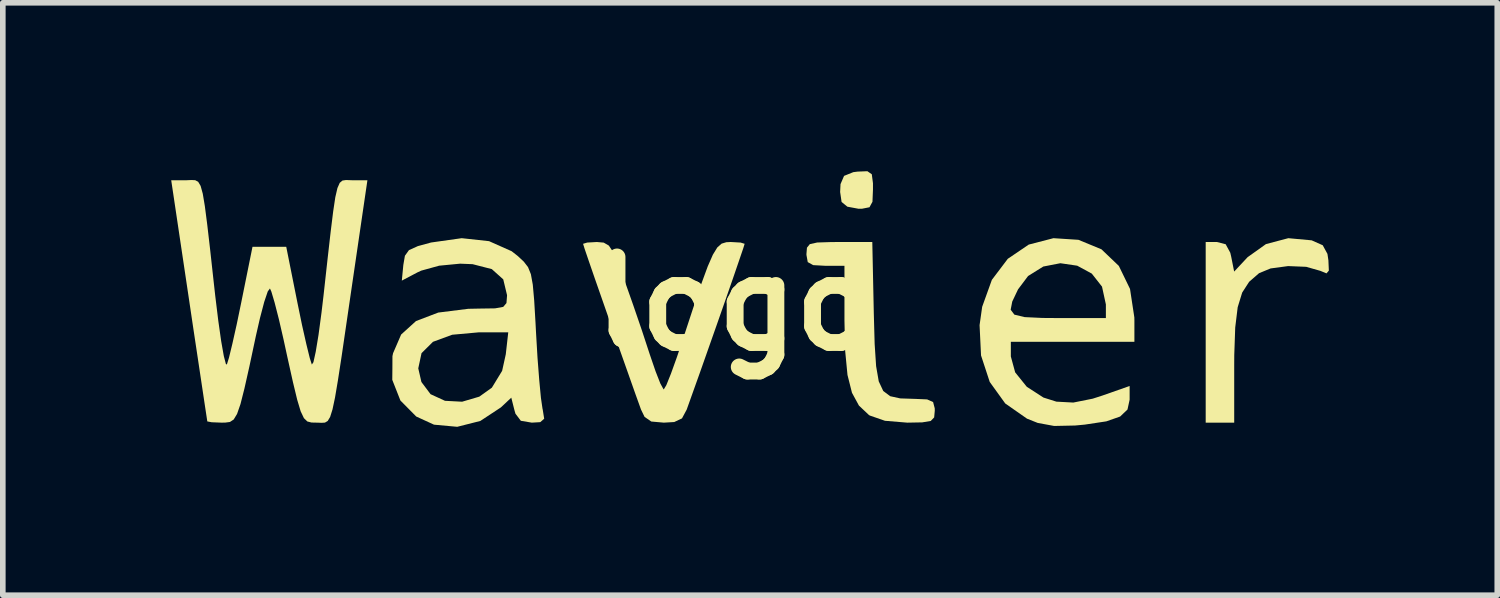
<source format=kicad_pcb>
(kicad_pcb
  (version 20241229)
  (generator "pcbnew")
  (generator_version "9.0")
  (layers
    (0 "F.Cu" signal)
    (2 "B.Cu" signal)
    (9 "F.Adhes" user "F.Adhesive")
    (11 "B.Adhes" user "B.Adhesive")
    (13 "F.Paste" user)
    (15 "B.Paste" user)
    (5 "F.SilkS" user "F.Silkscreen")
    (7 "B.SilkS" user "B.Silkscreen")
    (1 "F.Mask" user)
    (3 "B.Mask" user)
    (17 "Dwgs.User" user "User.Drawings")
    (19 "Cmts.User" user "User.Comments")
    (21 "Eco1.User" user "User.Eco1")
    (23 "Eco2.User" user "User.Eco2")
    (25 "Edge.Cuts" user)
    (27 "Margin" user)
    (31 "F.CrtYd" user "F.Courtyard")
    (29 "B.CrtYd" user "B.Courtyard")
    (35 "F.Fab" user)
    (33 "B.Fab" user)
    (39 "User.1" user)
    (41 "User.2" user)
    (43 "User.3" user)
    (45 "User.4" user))
  (footprint "logo"
    (layer "F.Cu")
    (at 10.046 2.362)
    (property "Reference" "logo" (at 0 0 0) (layer "F.SilkS") (effects (font (size 1.524 1.524) (thickness 0.3))))
    (attr board_only exclude_from_pos_files exclude_from_bom)
    (fp_poly (pts (xy 2.434 -2.308) (xy 2.455 -2.148) (xy 2.455 -2.037) (xy 2.446 -1.818) (xy 2.393 -1.72) (xy 2.261 -1.694) (xy 2.199 -1.693) (xy 1.999 -1.73) (xy 1.896 -1.814) (xy 1.87 -1.992) (xy 1.877 -2.132) (xy 1.94 -2.279) (xy 2.104 -2.345) (xy 2.18 -2.355) (xy 2.355 -2.362)) (stroke (width 0) (type solid)) (fill yes) (layer "F.SilkS"))
    (fp_poly (pts (xy 10.268 -1.131) (xy 10.272 -1.13) (xy 10.467 -1.043) (xy 10.551 -0.889) (xy 10.568 -0.774) (xy 10.576 -0.591) (xy 10.534 -0.542) (xy 10.425 -0.587) (xy 10.172 -0.659) (xy 9.85 -0.672) (xy 9.538 -0.63) (xy 9.332 -0.545) (xy 9.156 -0.392) (xy 9.032 -0.2) (xy 8.952 0.061) (xy 8.908 0.422) (xy 8.891 0.913) (xy 8.89 1.096) (xy 8.89 2.117) (xy 8.382 2.117) (xy 8.382 -1.101) (xy 8.583 -1.101) (xy 8.738 -1.061) (xy 8.82 -0.91) (xy 8.837 -0.837) (xy 8.889 -0.574) (xy 9.129 -0.831) (xy 9.456 -1.064) (xy 9.854 -1.169)) (stroke (width 0) (type solid)) (fill yes) (layer "F.SilkS"))
    (fp_poly (pts (xy 2.47 0.176) (xy 2.485 0.717) (xy 2.511 1.111) (xy 2.558 1.382) (xy 2.638 1.553) (xy 2.762 1.646) (xy 2.94 1.685) (xy 3.183 1.693) (xy 3.191 1.693) (xy 3.42 1.703) (xy 3.526 1.75) (xy 3.555 1.861) (xy 3.556 1.905) (xy 3.545 2.024) (xy 3.484 2.087) (xy 3.333 2.112) (xy 3.067 2.117) (xy 2.669 2.084) (xy 2.398 1.99) (xy 2.381 1.979) (xy 2.205 1.813) (xy 2.081 1.585) (xy 2.001 1.267) (xy 1.959 0.832) (xy 1.947 0.299) (xy 1.947 -0.677) (xy 1.609 -0.677) (xy 1.39 -0.689) (xy 1.293 -0.743) (xy 1.27 -0.871) (xy 1.27 -0.889) (xy 1.279 -1) (xy 1.33 -1.063) (xy 1.461 -1.092) (xy 1.708 -1.1) (xy 1.857 -1.101) (xy 2.443 -1.101)) (stroke (width 0) (type solid)) (fill yes) (layer "F.SilkS"))
    (fp_poly (pts (xy 6.115 -1.14) (xy 6.525 -0.971) (xy 6.835 -0.675) (xy 7.034 -0.265) (xy 7.111 0.242) (xy 7.112 0.298) (xy 7.112 0.677) (xy 4.911 0.677) (xy 4.911 0.938) (xy 4.988 1.221) (xy 5.195 1.478) (xy 5.492 1.67) (xy 5.723 1.743) (xy 6.024 1.759) (xy 6.369 1.69) (xy 6.54 1.635) (xy 7.027 1.464) (xy 7.027 1.708) (xy 6.989 1.883) (xy 6.858 2.008) (xy 6.612 2.094) (xy 6.228 2.152) (xy 6.056 2.168) (xy 5.683 2.176) (xy 5.39 2.122) (xy 5.199 2.046) (xy 4.811 1.775) (xy 4.535 1.392) (xy 4.38 0.92) (xy 4.354 0.38) (xy 4.393 0.105) (xy 4.908 0.105) (xy 4.974 0.193) (xy 5.157 0.237) (xy 5.475 0.252) (xy 5.757 0.254) (xy 6.604 0.254) (xy 6.604 0.011) (xy 6.535 -0.306) (xy 6.353 -0.538) (xy 6.093 -0.679) (xy 5.793 -0.723) (xy 5.489 -0.664) (xy 5.218 -0.495) (xy 5.039 -0.257) (xy 4.936 -0.04) (xy 4.908 0.105) (xy 4.393 0.105) (xy 4.4 0.054) (xy 4.573 -0.427) (xy 4.857 -0.802) (xy 5.23 -1.055) (xy 5.67 -1.169)) (stroke (width 0) (type solid)) (fill yes) (layer "F.SilkS"))
    (fp_poly (pts (xy 0.097 -1.091) (xy 0.169 -1.069) (xy 0.143 -0.985) (xy 0.07 -0.771) (xy -0.038 -0.456) (xy -0.172 -0.071) (xy -0.321 0.355) (xy -0.475 0.792) (xy -0.623 1.212) (xy -0.756 1.584) (xy -0.861 1.878) (xy -0.863 1.884) (xy -0.947 2.041) (xy -1.085 2.106) (xy -1.27 2.117) (xy -1.494 2.097) (xy -1.614 2.014) (xy -1.677 1.884) (xy -1.782 1.592) (xy -1.913 1.221) (xy -2.061 0.803) (xy -2.215 0.365) (xy -2.364 -0.062) (xy -2.499 -0.448) (xy -2.608 -0.764) (xy -2.682 -0.981) (xy -2.709 -1.068) (xy -2.709 -1.069) (xy -2.636 -1.091) (xy -2.463 -1.101) (xy -2.341 -1.09) (xy -2.25 -1.037) (xy -2.166 -0.911) (xy -2.068 -0.681) (xy -1.966 -0.402) (xy -1.817 0.02) (xy -1.66 0.478) (xy -1.528 0.88) (xy -1.518 0.91) (xy -1.418 1.202) (xy -1.333 1.419) (xy -1.277 1.521) (xy -1.271 1.524) (xy -1.226 1.449) (xy -1.144 1.245) (xy -1.036 0.945) (xy -0.939 0.656) (xy -0.75 0.081) (xy -0.604 -0.352) (xy -0.489 -0.665) (xy -0.397 -0.875) (xy -0.318 -1.004) (xy -0.241 -1.072) (xy -0.158 -1.097) (xy -0.079 -1.101)) (stroke (width 0) (type solid)) (fill yes) (layer "F.SilkS"))
    (fp_poly (pts (xy -4.384 -1.116) (xy -3.982 -0.937) (xy -3.872 -0.851) (xy -3.765 -0.751) (xy -3.69 -0.654) (xy -3.639 -0.528) (xy -3.605 -0.341) (xy -3.58 -0.06) (xy -3.556 0.347) (xy -3.547 0.518) (xy -3.521 0.96) (xy -3.49 1.359) (xy -3.46 1.675) (xy -3.432 1.868) (xy -3.428 1.884) (xy -3.402 2.047) (xy -3.471 2.108) (xy -3.622 2.117) (xy -3.818 2.084) (xy -3.914 1.957) (xy -3.932 1.894) (xy -3.988 1.672) (xy -4.174 1.846) (xy -4.54 2.087) (xy -4.951 2.191) (xy -5.365 2.153) (xy -5.681 2.008) (xy -5.963 1.723) (xy -6.108 1.355) (xy -6.106 1.15) (xy -5.645 1.15) (xy -5.589 1.393) (xy -5.426 1.61) (xy -5.169 1.728) (xy -4.864 1.744) (xy -4.558 1.654) (xy -4.334 1.494) (xy -4.151 1.194) (xy -4.086 0.899) (xy -4.042 0.508) (xy -4.565 0.508) (xy -5.04 0.551) (xy -5.383 0.677) (xy -5.587 0.879) (xy -5.645 1.15) (xy -6.106 1.15) (xy -6.105 0.933) (xy -6.094 0.88) (xy -5.95 0.547) (xy -5.685 0.307) (xy -5.289 0.156) (xy -4.755 0.089) (xy -4.551 0.085) (xy -4.277 0.081) (xy -4.132 0.055) (xy -4.074 -0.013) (xy -4.064 -0.142) (xy -4.064 -0.156) (xy -4.131 -0.435) (xy -4.335 -0.618) (xy -4.677 -0.706) (xy -4.899 -0.715) (xy -5.273 -0.679) (xy -5.592 -0.591) (xy -5.657 -0.561) (xy -5.938 -0.413) (xy -5.911 -0.693) (xy -5.883 -0.856) (xy -5.811 -0.956) (xy -5.652 -1.028) (xy -5.417 -1.092) (xy -4.871 -1.169)) (stroke (width 0) (type solid)) (fill yes) (layer "F.SilkS"))
    (fp_poly (pts (xy -6.852 -2.202) (xy -6.82 -2.201) (xy -6.551 -2.201) (xy -6.827 -0.318) (xy -6.93 0.386) (xy -7.011 0.94) (xy -7.076 1.362) (xy -7.128 1.67) (xy -7.173 1.882) (xy -7.215 2.015) (xy -7.258 2.087) (xy -7.307 2.116) (xy -7.366 2.12) (xy -7.441 2.117) (xy -7.451 2.117) (xy -7.547 2.115) (xy -7.621 2.096) (xy -7.682 2.037) (xy -7.74 1.915) (xy -7.802 1.708) (xy -7.878 1.393) (xy -7.977 0.948) (xy -8.045 0.635) (xy -8.128 0.275) (xy -8.204 -0.022) (xy -8.262 -0.217) (xy -8.287 -0.273) (xy -8.326 -0.221) (xy -8.389 -0.034) (xy -8.466 0.259) (xy -8.538 0.574) (xy -8.653 1.114) (xy -8.742 1.51) (xy -8.812 1.786) (xy -8.873 1.962) (xy -8.933 2.061) (xy -9 2.105) (xy -9.084 2.116) (xy -9.147 2.117) (xy -9.326 2.11) (xy -9.403 2.095) (xy -9.416 2.01) (xy -9.451 1.779) (xy -9.504 1.425) (xy -9.572 0.972) (xy -9.652 0.441) (xy -9.727 -0.064) (xy -10.046 -2.201) (xy -9.776 -2.201) (xy -9.688 -2.205) (xy -9.619 -2.202) (xy -9.566 -2.174) (xy -9.522 -2.1) (xy -9.484 -1.962) (xy -9.447 -1.741) (xy -9.405 -1.416) (xy -9.353 -0.968) (xy -9.288 -0.378) (xy -9.262 -0.145) (xy -9.208 0.298) (xy -9.156 0.665) (xy -9.109 0.931) (xy -9.072 1.072) (xy -9.055 1.082) (xy -9.017 0.96) (xy -8.956 0.709) (xy -8.879 0.365) (xy -8.799 -0.021) (xy -8.598 -1.016) (xy -7.997 -1.016) (xy -7.798 -0.021) (xy -7.716 0.377) (xy -7.639 0.718) (xy -7.578 0.966) (xy -7.541 1.082) (xy -7.513 1.041) (xy -7.472 0.856) (xy -7.422 0.554) (xy -7.369 0.158) (xy -7.333 -0.145) (xy -7.262 -0.787) (xy -7.206 -1.28) (xy -7.161 -1.644) (xy -7.123 -1.898) (xy -7.085 -2.062) (xy -7.044 -2.155) (xy -6.995 -2.196) (xy -6.932 -2.205)) (stroke (width 0) (type solid)) (fill yes) (layer "F.SilkS")))
  (gr_rect
    (start -3 -3)
    (end 23.622 7.553)
    (stroke (width 0.1) (type default))
    (fill no)
    (layer "Edge.Cuts")))
</source>
